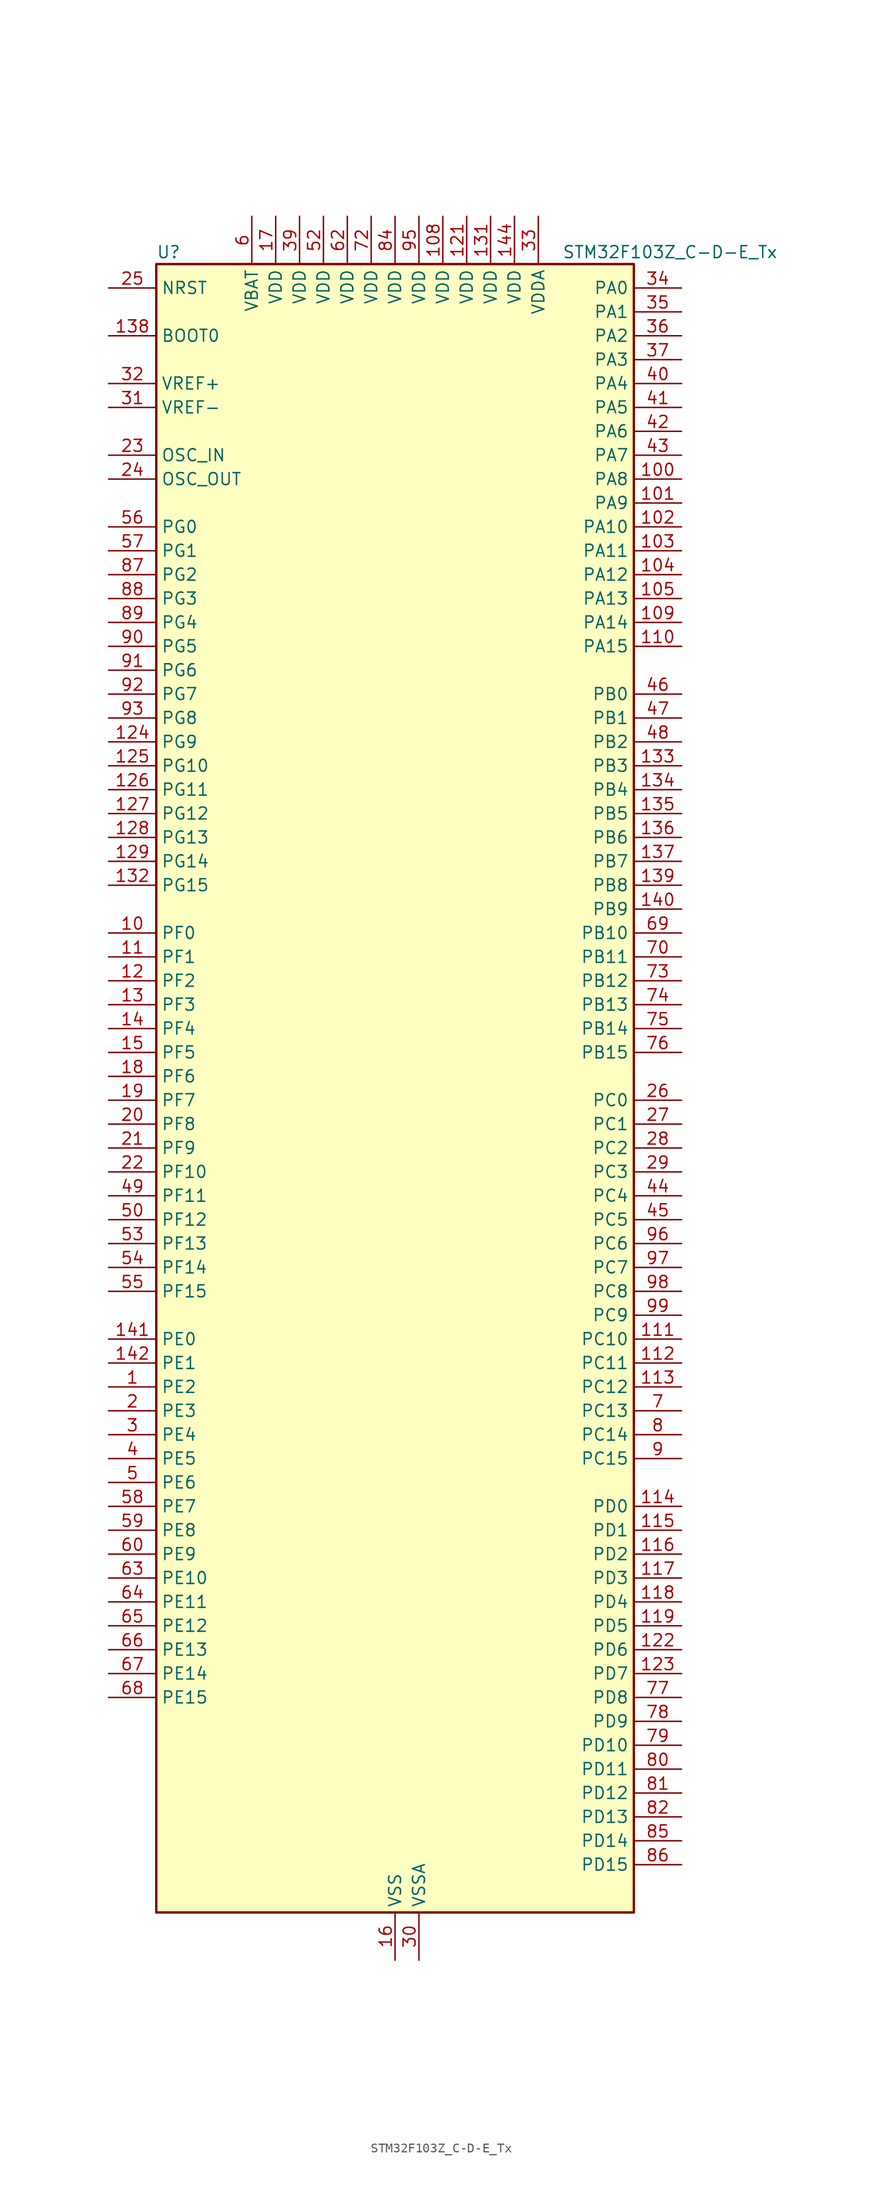
<source format=kicad_sym>
(kicad_symbol_lib
  (version 20231120)
  (generator "kicad_symbol_editor")
  (generator_version "8.0")
  (symbol "STM32F103Z_C-D-E_Tx"
    (property "Reference" "U"
      (at -25.4 90.17 0)
      (effects (font (size 1.27 1.27)) (justify left)))
    (property "Value" "STM32F103Z_C-D-E_Tx"
      (at 17.78 90.17 0)
      (effects (font (size 1.27 1.27)) (justify left)))
    (property "ki_locked" ""
      (at 0 0 0)
      (effects (font (size 1.27 1.27))))
    (symbol "STM32F103Z_C-D-E_Tx_0_1"
      (rectangle (start -25.4 -86.36) (end 25.4 88.9) (stroke (width 0.254) (type default)) (fill (type background))))
    (symbol "STM32F103Z_C-D-E_Tx_1_1"
      (pin bidirectional line (at -30.48 -30.48 0) (length 5.08) (name "PE2" (effects (font (size 1.27 1.27)))) (number "1" (effects (font (size 1.27 1.27)))) (alternate "FSMC_A23" bidirectional line) (alternate "SYS_TRACECLK" bidirectional line))
      (pin bidirectional line (at -30.48 17.78 0) (length 5.08) (name "PF0" (effects (font (size 1.27 1.27)))) (number "10" (effects (font (size 1.27 1.27)))) (alternate "FSMC_A0" bidirectional line))
      (pin bidirectional line (at 30.48 66.04 180) (length 5.08) (name "PA8" (effects (font (size 1.27 1.27)))) (number "100" (effects (font (size 1.27 1.27)))) (alternate "RCC_MCO" bidirectional line) (alternate "TIM1_CH1" bidirectional line) (alternate "USART1_CK" bidirectional line))
      (pin bidirectional line (at 30.48 63.5 180) (length 5.08) (name "PA9" (effects (font (size 1.27 1.27)))) (number "101" (effects (font (size 1.27 1.27)))) (alternate "DAC_EXTI9" bidirectional line) (alternate "TIM1_CH2" bidirectional line) (alternate "USART1_TX" bidirectional line))
      (pin bidirectional line (at 30.48 60.96 180) (length 5.08) (name "PA10" (effects (font (size 1.27 1.27)))) (number "102" (effects (font (size 1.27 1.27)))) (alternate "TIM1_CH3" bidirectional line) (alternate "USART1_RX" bidirectional line))
      (pin bidirectional line (at 30.48 58.42 180) (length 5.08) (name "PA11" (effects (font (size 1.27 1.27)))) (number "103" (effects (font (size 1.27 1.27)))) (alternate "ADC1_EXTI11" bidirectional line) (alternate "ADC2_EXTI11" bidirectional line) (alternate "CAN_RX" bidirectional line) (alternate "TIM1_CH4" bidirectional line) (alternate "USART1_CTS" bidirectional line) (alternate "USB_DM" bidirectional line))
      (pin bidirectional line (at 30.48 55.88 180) (length 5.08) (name "PA12" (effects (font (size 1.27 1.27)))) (number "104" (effects (font (size 1.27 1.27)))) (alternate "CAN_TX" bidirectional line) (alternate "TIM1_ETR" bidirectional line) (alternate "USART1_RTS" bidirectional line) (alternate "USB_DP" bidirectional line))
      (pin bidirectional line (at 30.48 53.34 180) (length 5.08) (name "PA13" (effects (font (size 1.27 1.27)))) (number "105" (effects (font (size 1.27 1.27)))) (alternate "SYS_JTMS-SWDIO" bidirectional line))
      (pin no_connect line (at -25.4 -86.36 0) (length 5.08) hide (name "NC" (effects (font (size 1.27 1.27)))) (number "106" (effects (font (size 1.27 1.27)))))
      (pin passive line (at 0 -91.44 90) (length 5.08) hide (name "VSS" (effects (font (size 1.27 1.27)))) (number "107" (effects (font (size 1.27 1.27)))))
      (pin power_in line (at 5.08 93.98 270) (length 5.08) (name "VDD" (effects (font (size 1.27 1.27)))) (number "108" (effects (font (size 1.27 1.27)))))
      (pin bidirectional line (at 30.48 50.8 180) (length 5.08) (name "PA14" (effects (font (size 1.27 1.27)))) (number "109" (effects (font (size 1.27 1.27)))) (alternate "SYS_JTCK-SWCLK" bidirectional line))
      (pin bidirectional line (at -30.48 15.24 0) (length 5.08) (name "PF1" (effects (font (size 1.27 1.27)))) (number "11" (effects (font (size 1.27 1.27)))) (alternate "FSMC_A1" bidirectional line))
      (pin bidirectional line (at 30.48 48.26 180) (length 5.08) (name "PA15" (effects (font (size 1.27 1.27)))) (number "110" (effects (font (size 1.27 1.27)))) (alternate "ADC1_EXTI15" bidirectional line) (alternate "ADC2_EXTI15" bidirectional line) (alternate "I2S3_WS" bidirectional line) (alternate "SPI1_NSS" bidirectional line) (alternate "SPI3_NSS" bidirectional line) (alternate "SYS_JTDI" bidirectional line) (alternate "TIM2_CH1" bidirectional line) (alternate "TIM2_ETR" bidirectional line))
      (pin bidirectional line (at 30.48 -25.4 180) (length 5.08) (name "PC10" (effects (font (size 1.27 1.27)))) (number "111" (effects (font (size 1.27 1.27)))) (alternate "SDIO_D2" bidirectional line) (alternate "UART4_TX" bidirectional line) (alternate "USART3_TX" bidirectional line))
      (pin bidirectional line (at 30.48 -27.94 180) (length 5.08) (name "PC11" (effects (font (size 1.27 1.27)))) (number "112" (effects (font (size 1.27 1.27)))) (alternate "ADC1_EXTI11" bidirectional line) (alternate "ADC2_EXTI11" bidirectional line) (alternate "SDIO_D3" bidirectional line) (alternate "UART4_RX" bidirectional line) (alternate "USART3_RX" bidirectional line))
      (pin bidirectional line (at 30.48 -30.48 180) (length 5.08) (name "PC12" (effects (font (size 1.27 1.27)))) (number "113" (effects (font (size 1.27 1.27)))) (alternate "SDIO_CK" bidirectional line) (alternate "UART5_TX" bidirectional line) (alternate "USART3_CK" bidirectional line))
      (pin bidirectional line (at 30.48 -43.18 180) (length 5.08) (name "PD0" (effects (font (size 1.27 1.27)))) (number "114" (effects (font (size 1.27 1.27)))) (alternate "CAN_RX" bidirectional line) (alternate "FSMC_D2" bidirectional line) (alternate "FSMC_DA2" bidirectional line))
      (pin bidirectional line (at 30.48 -45.72 180) (length 5.08) (name "PD1" (effects (font (size 1.27 1.27)))) (number "115" (effects (font (size 1.27 1.27)))) (alternate "CAN_TX" bidirectional line) (alternate "FSMC_D3" bidirectional line) (alternate "FSMC_DA3" bidirectional line))
      (pin bidirectional line (at 30.48 -48.26 180) (length 5.08) (name "PD2" (effects (font (size 1.27 1.27)))) (number "116" (effects (font (size 1.27 1.27)))) (alternate "SDIO_CMD" bidirectional line) (alternate "TIM3_ETR" bidirectional line) (alternate "UART5_RX" bidirectional line))
      (pin bidirectional line (at 30.48 -50.8 180) (length 5.08) (name "PD3" (effects (font (size 1.27 1.27)))) (number "117" (effects (font (size 1.27 1.27)))) (alternate "FSMC_CLK" bidirectional line) (alternate "USART2_CTS" bidirectional line))
      (pin bidirectional line (at 30.48 -53.34 180) (length 5.08) (name "PD4" (effects (font (size 1.27 1.27)))) (number "118" (effects (font (size 1.27 1.27)))) (alternate "FSMC_NOE" bidirectional line) (alternate "USART2_RTS" bidirectional line))
      (pin bidirectional line (at 30.48 -55.88 180) (length 5.08) (name "PD5" (effects (font (size 1.27 1.27)))) (number "119" (effects (font (size 1.27 1.27)))) (alternate "FSMC_NWE" bidirectional line) (alternate "USART2_TX" bidirectional line))
      (pin bidirectional line (at -30.48 12.7 0) (length 5.08) (name "PF2" (effects (font (size 1.27 1.27)))) (number "12" (effects (font (size 1.27 1.27)))) (alternate "FSMC_A2" bidirectional line))
      (pin passive line (at 0 -91.44 90) (length 5.08) hide (name "VSS" (effects (font (size 1.27 1.27)))) (number "120" (effects (font (size 1.27 1.27)))))
      (pin power_in line (at 7.62 93.98 270) (length 5.08) (name "VDD" (effects (font (size 1.27 1.27)))) (number "121" (effects (font (size 1.27 1.27)))))
      (pin bidirectional line (at 30.48 -58.42 180) (length 5.08) (name "PD6" (effects (font (size 1.27 1.27)))) (number "122" (effects (font (size 1.27 1.27)))) (alternate "FSMC_NWAIT" bidirectional line) (alternate "USART2_RX" bidirectional line))
      (pin bidirectional line (at 30.48 -60.96 180) (length 5.08) (name "PD7" (effects (font (size 1.27 1.27)))) (number "123" (effects (font (size 1.27 1.27)))) (alternate "FSMC_NCE2" bidirectional line) (alternate "FSMC_NE1" bidirectional line) (alternate "USART2_CK" bidirectional line))
      (pin bidirectional line (at -30.48 38.1 0) (length 5.08) (name "PG9" (effects (font (size 1.27 1.27)))) (number "124" (effects (font (size 1.27 1.27)))) (alternate "DAC_EXTI9" bidirectional line) (alternate "FSMC_NCE3" bidirectional line) (alternate "FSMC_NE2" bidirectional line))
      (pin bidirectional line (at -30.48 35.56 0) (length 5.08) (name "PG10" (effects (font (size 1.27 1.27)))) (number "125" (effects (font (size 1.27 1.27)))) (alternate "FSMC_NCE4_1" bidirectional line) (alternate "FSMC_NE3" bidirectional line))
      (pin bidirectional line (at -30.48 33.02 0) (length 5.08) (name "PG11" (effects (font (size 1.27 1.27)))) (number "126" (effects (font (size 1.27 1.27)))) (alternate "ADC1_EXTI11" bidirectional line) (alternate "ADC2_EXTI11" bidirectional line) (alternate "FSMC_NCE4_2" bidirectional line))
      (pin bidirectional line (at -30.48 30.48 0) (length 5.08) (name "PG12" (effects (font (size 1.27 1.27)))) (number "127" (effects (font (size 1.27 1.27)))) (alternate "FSMC_NE4" bidirectional line))
      (pin bidirectional line (at -30.48 27.94 0) (length 5.08) (name "PG13" (effects (font (size 1.27 1.27)))) (number "128" (effects (font (size 1.27 1.27)))) (alternate "FSMC_A24" bidirectional line))
      (pin bidirectional line (at -30.48 25.4 0) (length 5.08) (name "PG14" (effects (font (size 1.27 1.27)))) (number "129" (effects (font (size 1.27 1.27)))) (alternate "FSMC_A25" bidirectional line))
      (pin bidirectional line (at -30.48 10.16 0) (length 5.08) (name "PF3" (effects (font (size 1.27 1.27)))) (number "13" (effects (font (size 1.27 1.27)))) (alternate "FSMC_A3" bidirectional line))
      (pin passive line (at 0 -91.44 90) (length 5.08) hide (name "VSS" (effects (font (size 1.27 1.27)))) (number "130" (effects (font (size 1.27 1.27)))))
      (pin power_in line (at 10.16 93.98 270) (length 5.08) (name "VDD" (effects (font (size 1.27 1.27)))) (number "131" (effects (font (size 1.27 1.27)))))
      (pin bidirectional line (at -30.48 22.86 0) (length 5.08) (name "PG15" (effects (font (size 1.27 1.27)))) (number "132" (effects (font (size 1.27 1.27)))) (alternate "ADC1_EXTI15" bidirectional line) (alternate "ADC2_EXTI15" bidirectional line))
      (pin bidirectional line (at 30.48 35.56 180) (length 5.08) (name "PB3" (effects (font (size 1.27 1.27)))) (number "133" (effects (font (size 1.27 1.27)))) (alternate "I2S3_CK" bidirectional line) (alternate "SPI1_SCK" bidirectional line) (alternate "SPI3_SCK" bidirectional line) (alternate "SYS_JTDO-TRACESWO" bidirectional line) (alternate "TIM2_CH2" bidirectional line))
      (pin bidirectional line (at 30.48 33.02 180) (length 5.08) (name "PB4" (effects (font (size 1.27 1.27)))) (number "134" (effects (font (size 1.27 1.27)))) (alternate "SPI1_MISO" bidirectional line) (alternate "SPI3_MISO" bidirectional line) (alternate "SYS_NJTRST" bidirectional line) (alternate "TIM3_CH1" bidirectional line))
      (pin bidirectional line (at 30.48 30.48 180) (length 5.08) (name "PB5" (effects (font (size 1.27 1.27)))) (number "135" (effects (font (size 1.27 1.27)))) (alternate "I2C1_SMBA" bidirectional line) (alternate "I2S3_SD" bidirectional line) (alternate "SPI1_MOSI" bidirectional line) (alternate "SPI3_MOSI" bidirectional line) (alternate "TIM3_CH2" bidirectional line))
      (pin bidirectional line (at 30.48 27.94 180) (length 5.08) (name "PB6" (effects (font (size 1.27 1.27)))) (number "136" (effects (font (size 1.27 1.27)))) (alternate "I2C1_SCL" bidirectional line) (alternate "TIM4_CH1" bidirectional line) (alternate "USART1_TX" bidirectional line))
      (pin bidirectional line (at 30.48 25.4 180) (length 5.08) (name "PB7" (effects (font (size 1.27 1.27)))) (number "137" (effects (font (size 1.27 1.27)))) (alternate "FSMC_NL" bidirectional line) (alternate "I2C1_SDA" bidirectional line) (alternate "TIM4_CH2" bidirectional line) (alternate "USART1_RX" bidirectional line))
      (pin input line (at -30.48 81.28 0) (length 5.08) (name "BOOT0" (effects (font (size 1.27 1.27)))) (number "138" (effects (font (size 1.27 1.27)))))
      (pin bidirectional line (at 30.48 22.86 180) (length 5.08) (name "PB8" (effects (font (size 1.27 1.27)))) (number "139" (effects (font (size 1.27 1.27)))) (alternate "CAN_RX" bidirectional line) (alternate "I2C1_SCL" bidirectional line) (alternate "SDIO_D4" bidirectional line) (alternate "TIM4_CH3" bidirectional line))
      (pin bidirectional line (at -30.48 7.62 0) (length 5.08) (name "PF4" (effects (font (size 1.27 1.27)))) (number "14" (effects (font (size 1.27 1.27)))) (alternate "FSMC_A4" bidirectional line))
      (pin bidirectional line (at 30.48 20.32 180) (length 5.08) (name "PB9" (effects (font (size 1.27 1.27)))) (number "140" (effects (font (size 1.27 1.27)))) (alternate "CAN_TX" bidirectional line) (alternate "DAC_EXTI9" bidirectional line) (alternate "I2C1_SDA" bidirectional line) (alternate "SDIO_D5" bidirectional line) (alternate "TIM4_CH4" bidirectional line))
      (pin bidirectional line (at -30.48 -25.4 0) (length 5.08) (name "PE0" (effects (font (size 1.27 1.27)))) (number "141" (effects (font (size 1.27 1.27)))) (alternate "FSMC_NBL0" bidirectional line) (alternate "TIM4_ETR" bidirectional line))
      (pin bidirectional line (at -30.48 -27.94 0) (length 5.08) (name "PE1" (effects (font (size 1.27 1.27)))) (number "142" (effects (font (size 1.27 1.27)))) (alternate "FSMC_NBL1" bidirectional line))
      (pin passive line (at 0 -91.44 90) (length 5.08) hide (name "VSS" (effects (font (size 1.27 1.27)))) (number "143" (effects (font (size 1.27 1.27)))))
      (pin power_in line (at 12.7 93.98 270) (length 5.08) (name "VDD" (effects (font (size 1.27 1.27)))) (number "144" (effects (font (size 1.27 1.27)))))
      (pin bidirectional line (at -30.48 5.08 0) (length 5.08) (name "PF5" (effects (font (size 1.27 1.27)))) (number "15" (effects (font (size 1.27 1.27)))) (alternate "FSMC_A5" bidirectional line))
      (pin power_in line (at 0 -91.44 90) (length 5.08) (name "VSS" (effects (font (size 1.27 1.27)))) (number "16" (effects (font (size 1.27 1.27)))))
      (pin power_in line (at -12.7 93.98 270) (length 5.08) (name "VDD" (effects (font (size 1.27 1.27)))) (number "17" (effects (font (size 1.27 1.27)))))
      (pin bidirectional line (at -30.48 2.54 0) (length 5.08) (name "PF6" (effects (font (size 1.27 1.27)))) (number "18" (effects (font (size 1.27 1.27)))) (alternate "ADC3_IN4" bidirectional line) (alternate "FSMC_NIORD" bidirectional line))
      (pin bidirectional line (at -30.48 0 0) (length 5.08) (name "PF7" (effects (font (size 1.27 1.27)))) (number "19" (effects (font (size 1.27 1.27)))) (alternate "ADC3_IN5" bidirectional line) (alternate "FSMC_NREG" bidirectional line))
      (pin bidirectional line (at -30.48 -33.02 0) (length 5.08) (name "PE3" (effects (font (size 1.27 1.27)))) (number "2" (effects (font (size 1.27 1.27)))) (alternate "FSMC_A19" bidirectional line) (alternate "SYS_TRACED0" bidirectional line))
      (pin bidirectional line (at -30.48 -2.54 0) (length 5.08) (name "PF8" (effects (font (size 1.27 1.27)))) (number "20" (effects (font (size 1.27 1.27)))) (alternate "ADC3_IN6" bidirectional line) (alternate "FSMC_NIOWR" bidirectional line))
      (pin bidirectional line (at -30.48 -5.08 0) (length 5.08) (name "PF9" (effects (font (size 1.27 1.27)))) (number "21" (effects (font (size 1.27 1.27)))) (alternate "ADC3_IN7" bidirectional line) (alternate "DAC_EXTI9" bidirectional line) (alternate "FSMC_CD" bidirectional line))
      (pin bidirectional line (at -30.48 -7.62 0) (length 5.08) (name "PF10" (effects (font (size 1.27 1.27)))) (number "22" (effects (font (size 1.27 1.27)))) (alternate "ADC3_IN8" bidirectional line) (alternate "FSMC_INTR" bidirectional line))
      (pin input line (at -30.48 68.58 0) (length 5.08) (name "OSC_IN" (effects (font (size 1.27 1.27)))) (number "23" (effects (font (size 1.27 1.27)))) (alternate "RCC_OSC_IN" bidirectional line))
      (pin input line (at -30.48 66.04 0) (length 5.08) (name "OSC_OUT" (effects (font (size 1.27 1.27)))) (number "24" (effects (font (size 1.27 1.27)))) (alternate "RCC_OSC_OUT" bidirectional line))
      (pin input line (at -30.48 86.36 0) (length 5.08) (name "NRST" (effects (font (size 1.27 1.27)))) (number "25" (effects (font (size 1.27 1.27)))))
      (pin bidirectional line (at 30.48 0 180) (length 5.08) (name "PC0" (effects (font (size 1.27 1.27)))) (number "26" (effects (font (size 1.27 1.27)))) (alternate "ADC1_IN10" bidirectional line) (alternate "ADC2_IN10" bidirectional line) (alternate "ADC3_IN10" bidirectional line))
      (pin bidirectional line (at 30.48 -2.54 180) (length 5.08) (name "PC1" (effects (font (size 1.27 1.27)))) (number "27" (effects (font (size 1.27 1.27)))) (alternate "ADC1_IN11" bidirectional line) (alternate "ADC2_IN11" bidirectional line) (alternate "ADC3_IN11" bidirectional line))
      (pin bidirectional line (at 30.48 -5.08 180) (length 5.08) (name "PC2" (effects (font (size 1.27 1.27)))) (number "28" (effects (font (size 1.27 1.27)))) (alternate "ADC1_IN12" bidirectional line) (alternate "ADC2_IN12" bidirectional line) (alternate "ADC3_IN12" bidirectional line))
      (pin bidirectional line (at 30.48 -7.62 180) (length 5.08) (name "PC3" (effects (font (size 1.27 1.27)))) (number "29" (effects (font (size 1.27 1.27)))) (alternate "ADC1_IN13" bidirectional line) (alternate "ADC2_IN13" bidirectional line) (alternate "ADC3_IN13" bidirectional line))
      (pin bidirectional line (at -30.48 -35.56 0) (length 5.08) (name "PE4" (effects (font (size 1.27 1.27)))) (number "3" (effects (font (size 1.27 1.27)))) (alternate "FSMC_A20" bidirectional line) (alternate "SYS_TRACED1" bidirectional line))
      (pin power_in line (at 2.54 -91.44 90) (length 5.08) (name "VSSA" (effects (font (size 1.27 1.27)))) (number "30" (effects (font (size 1.27 1.27)))))
      (pin input line (at -30.48 73.66 0) (length 5.08) (name "VREF-" (effects (font (size 1.27 1.27)))) (number "31" (effects (font (size 1.27 1.27)))))
      (pin input line (at -30.48 76.2 0) (length 5.08) (name "VREF+" (effects (font (size 1.27 1.27)))) (number "32" (effects (font (size 1.27 1.27)))))
      (pin power_in line (at 15.24 93.98 270) (length 5.08) (name "VDDA" (effects (font (size 1.27 1.27)))) (number "33" (effects (font (size 1.27 1.27)))))
      (pin bidirectional line (at 30.48 86.36 180) (length 5.08) (name "PA0" (effects (font (size 1.27 1.27)))) (number "34" (effects (font (size 1.27 1.27)))) (alternate "ADC1_IN0" bidirectional line) (alternate "ADC2_IN0" bidirectional line) (alternate "ADC3_IN0" bidirectional line) (alternate "SYS_WKUP" bidirectional line) (alternate "TIM2_CH1" bidirectional line) (alternate "TIM2_ETR" bidirectional line) (alternate "TIM5_CH1" bidirectional line) (alternate "TIM8_ETR" bidirectional line) (alternate "USART2_CTS" bidirectional line))
      (pin bidirectional line (at 30.48 83.82 180) (length 5.08) (name "PA1" (effects (font (size 1.27 1.27)))) (number "35" (effects (font (size 1.27 1.27)))) (alternate "ADC1_IN1" bidirectional line) (alternate "ADC2_IN1" bidirectional line) (alternate "ADC3_IN1" bidirectional line) (alternate "TIM2_CH2" bidirectional line) (alternate "TIM5_CH2" bidirectional line) (alternate "USART2_RTS" bidirectional line))
      (pin bidirectional line (at 30.48 81.28 180) (length 5.08) (name "PA2" (effects (font (size 1.27 1.27)))) (number "36" (effects (font (size 1.27 1.27)))) (alternate "ADC1_IN2" bidirectional line) (alternate "ADC2_IN2" bidirectional line) (alternate "ADC3_IN2" bidirectional line) (alternate "TIM2_CH3" bidirectional line) (alternate "TIM5_CH3" bidirectional line) (alternate "USART2_TX" bidirectional line))
      (pin bidirectional line (at 30.48 78.74 180) (length 5.08) (name "PA3" (effects (font (size 1.27 1.27)))) (number "37" (effects (font (size 1.27 1.27)))) (alternate "ADC1_IN3" bidirectional line) (alternate "ADC2_IN3" bidirectional line) (alternate "ADC3_IN3" bidirectional line) (alternate "TIM2_CH4" bidirectional line) (alternate "TIM5_CH4" bidirectional line) (alternate "USART2_RX" bidirectional line))
      (pin passive line (at 0 -91.44 90) (length 5.08) hide (name "VSS" (effects (font (size 1.27 1.27)))) (number "38" (effects (font (size 1.27 1.27)))))
      (pin power_in line (at -10.16 93.98 270) (length 5.08) (name "VDD" (effects (font (size 1.27 1.27)))) (number "39" (effects (font (size 1.27 1.27)))))
      (pin bidirectional line (at -30.48 -38.1 0) (length 5.08) (name "PE5" (effects (font (size 1.27 1.27)))) (number "4" (effects (font (size 1.27 1.27)))) (alternate "FSMC_A21" bidirectional line) (alternate "SYS_TRACED2" bidirectional line))
      (pin bidirectional line (at 30.48 76.2 180) (length 5.08) (name "PA4" (effects (font (size 1.27 1.27)))) (number "40" (effects (font (size 1.27 1.27)))) (alternate "ADC1_IN4" bidirectional line) (alternate "ADC2_IN4" bidirectional line) (alternate "DAC_OUT1" bidirectional line) (alternate "SPI1_NSS" bidirectional line) (alternate "USART2_CK" bidirectional line))
      (pin bidirectional line (at 30.48 73.66 180) (length 5.08) (name "PA5" (effects (font (size 1.27 1.27)))) (number "41" (effects (font (size 1.27 1.27)))) (alternate "ADC1_IN5" bidirectional line) (alternate "ADC2_IN5" bidirectional line) (alternate "DAC_OUT2" bidirectional line) (alternate "SPI1_SCK" bidirectional line))
      (pin bidirectional line (at 30.48 71.12 180) (length 5.08) (name "PA6" (effects (font (size 1.27 1.27)))) (number "42" (effects (font (size 1.27 1.27)))) (alternate "ADC1_IN6" bidirectional line) (alternate "ADC2_IN6" bidirectional line) (alternate "SPI1_MISO" bidirectional line) (alternate "TIM1_BKIN" bidirectional line) (alternate "TIM3_CH1" bidirectional line) (alternate "TIM8_BKIN" bidirectional line))
      (pin bidirectional line (at 30.48 68.58 180) (length 5.08) (name "PA7" (effects (font (size 1.27 1.27)))) (number "43" (effects (font (size 1.27 1.27)))) (alternate "ADC1_IN7" bidirectional line) (alternate "ADC2_IN7" bidirectional line) (alternate "SPI1_MOSI" bidirectional line) (alternate "TIM1_CH1N" bidirectional line) (alternate "TIM3_CH2" bidirectional line) (alternate "TIM8_CH1N" bidirectional line))
      (pin bidirectional line (at 30.48 -10.16 180) (length 5.08) (name "PC4" (effects (font (size 1.27 1.27)))) (number "44" (effects (font (size 1.27 1.27)))) (alternate "ADC1_IN14" bidirectional line) (alternate "ADC2_IN14" bidirectional line))
      (pin bidirectional line (at 30.48 -12.7 180) (length 5.08) (name "PC5" (effects (font (size 1.27 1.27)))) (number "45" (effects (font (size 1.27 1.27)))) (alternate "ADC1_IN15" bidirectional line) (alternate "ADC2_IN15" bidirectional line))
      (pin bidirectional line (at 30.48 43.18 180) (length 5.08) (name "PB0" (effects (font (size 1.27 1.27)))) (number "46" (effects (font (size 1.27 1.27)))) (alternate "ADC1_IN8" bidirectional line) (alternate "ADC2_IN8" bidirectional line) (alternate "TIM1_CH2N" bidirectional line) (alternate "TIM3_CH3" bidirectional line) (alternate "TIM8_CH2N" bidirectional line))
      (pin bidirectional line (at 30.48 40.64 180) (length 5.08) (name "PB1" (effects (font (size 1.27 1.27)))) (number "47" (effects (font (size 1.27 1.27)))) (alternate "ADC1_IN9" bidirectional line) (alternate "ADC2_IN9" bidirectional line) (alternate "TIM1_CH3N" bidirectional line) (alternate "TIM3_CH4" bidirectional line) (alternate "TIM8_CH3N" bidirectional line))
      (pin bidirectional line (at 30.48 38.1 180) (length 5.08) (name "PB2" (effects (font (size 1.27 1.27)))) (number "48" (effects (font (size 1.27 1.27)))))
      (pin bidirectional line (at -30.48 -10.16 0) (length 5.08) (name "PF11" (effects (font (size 1.27 1.27)))) (number "49" (effects (font (size 1.27 1.27)))) (alternate "ADC1_EXTI11" bidirectional line) (alternate "ADC2_EXTI11" bidirectional line) (alternate "FSMC_NIOS16" bidirectional line))
      (pin bidirectional line (at -30.48 -40.64 0) (length 5.08) (name "PE6" (effects (font (size 1.27 1.27)))) (number "5" (effects (font (size 1.27 1.27)))) (alternate "FSMC_A22" bidirectional line) (alternate "SYS_TRACED3" bidirectional line))
      (pin bidirectional line (at -30.48 -12.7 0) (length 5.08) (name "PF12" (effects (font (size 1.27 1.27)))) (number "50" (effects (font (size 1.27 1.27)))) (alternate "FSMC_A6" bidirectional line))
      (pin passive line (at 0 -91.44 90) (length 5.08) hide (name "VSS" (effects (font (size 1.27 1.27)))) (number "51" (effects (font (size 1.27 1.27)))))
      (pin power_in line (at -7.62 93.98 270) (length 5.08) (name "VDD" (effects (font (size 1.27 1.27)))) (number "52" (effects (font (size 1.27 1.27)))))
      (pin bidirectional line (at -30.48 -15.24 0) (length 5.08) (name "PF13" (effects (font (size 1.27 1.27)))) (number "53" (effects (font (size 1.27 1.27)))) (alternate "FSMC_A7" bidirectional line))
      (pin bidirectional line (at -30.48 -17.78 0) (length 5.08) (name "PF14" (effects (font (size 1.27 1.27)))) (number "54" (effects (font (size 1.27 1.27)))) (alternate "FSMC_A8" bidirectional line))
      (pin bidirectional line (at -30.48 -20.32 0) (length 5.08) (name "PF15" (effects (font (size 1.27 1.27)))) (number "55" (effects (font (size 1.27 1.27)))) (alternate "ADC1_EXTI15" bidirectional line) (alternate "ADC2_EXTI15" bidirectional line) (alternate "FSMC_A9" bidirectional line))
      (pin bidirectional line (at -30.48 60.96 0) (length 5.08) (name "PG0" (effects (font (size 1.27 1.27)))) (number "56" (effects (font (size 1.27 1.27)))) (alternate "FSMC_A10" bidirectional line))
      (pin bidirectional line (at -30.48 58.42 0) (length 5.08) (name "PG1" (effects (font (size 1.27 1.27)))) (number "57" (effects (font (size 1.27 1.27)))) (alternate "FSMC_A11" bidirectional line))
      (pin bidirectional line (at -30.48 -43.18 0) (length 5.08) (name "PE7" (effects (font (size 1.27 1.27)))) (number "58" (effects (font (size 1.27 1.27)))) (alternate "FSMC_D4" bidirectional line) (alternate "FSMC_DA4" bidirectional line) (alternate "TIM1_ETR" bidirectional line))
      (pin bidirectional line (at -30.48 -45.72 0) (length 5.08) (name "PE8" (effects (font (size 1.27 1.27)))) (number "59" (effects (font (size 1.27 1.27)))) (alternate "FSMC_D5" bidirectional line) (alternate "FSMC_DA5" bidirectional line) (alternate "TIM1_CH1N" bidirectional line))
      (pin power_in line (at -15.24 93.98 270) (length 5.08) (name "VBAT" (effects (font (size 1.27 1.27)))) (number "6" (effects (font (size 1.27 1.27)))))
      (pin bidirectional line (at -30.48 -48.26 0) (length 5.08) (name "PE9" (effects (font (size 1.27 1.27)))) (number "60" (effects (font (size 1.27 1.27)))) (alternate "DAC_EXTI9" bidirectional line) (alternate "FSMC_D6" bidirectional line) (alternate "FSMC_DA6" bidirectional line) (alternate "TIM1_CH1" bidirectional line))
      (pin passive line (at 0 -91.44 90) (length 5.08) hide (name "VSS" (effects (font (size 1.27 1.27)))) (number "61" (effects (font (size 1.27 1.27)))))
      (pin power_in line (at -5.08 93.98 270) (length 5.08) (name "VDD" (effects (font (size 1.27 1.27)))) (number "62" (effects (font (size 1.27 1.27)))))
      (pin bidirectional line (at -30.48 -50.8 0) (length 5.08) (name "PE10" (effects (font (size 1.27 1.27)))) (number "63" (effects (font (size 1.27 1.27)))) (alternate "FSMC_D7" bidirectional line) (alternate "FSMC_DA7" bidirectional line) (alternate "TIM1_CH2N" bidirectional line))
      (pin bidirectional line (at -30.48 -53.34 0) (length 5.08) (name "PE11" (effects (font (size 1.27 1.27)))) (number "64" (effects (font (size 1.27 1.27)))) (alternate "ADC1_EXTI11" bidirectional line) (alternate "ADC2_EXTI11" bidirectional line) (alternate "FSMC_D8" bidirectional line) (alternate "FSMC_DA8" bidirectional line) (alternate "TIM1_CH2" bidirectional line))
      (pin bidirectional line (at -30.48 -55.88 0) (length 5.08) (name "PE12" (effects (font (size 1.27 1.27)))) (number "65" (effects (font (size 1.27 1.27)))) (alternate "FSMC_D9" bidirectional line) (alternate "FSMC_DA9" bidirectional line) (alternate "TIM1_CH3N" bidirectional line))
      (pin bidirectional line (at -30.48 -58.42 0) (length 5.08) (name "PE13" (effects (font (size 1.27 1.27)))) (number "66" (effects (font (size 1.27 1.27)))) (alternate "FSMC_D10" bidirectional line) (alternate "FSMC_DA10" bidirectional line) (alternate "TIM1_CH3" bidirectional line))
      (pin bidirectional line (at -30.48 -60.96 0) (length 5.08) (name "PE14" (effects (font (size 1.27 1.27)))) (number "67" (effects (font (size 1.27 1.27)))) (alternate "FSMC_D11" bidirectional line) (alternate "FSMC_DA11" bidirectional line) (alternate "TIM1_CH4" bidirectional line))
      (pin bidirectional line (at -30.48 -63.5 0) (length 5.08) (name "PE15" (effects (font (size 1.27 1.27)))) (number "68" (effects (font (size 1.27 1.27)))) (alternate "ADC1_EXTI15" bidirectional line) (alternate "ADC2_EXTI15" bidirectional line) (alternate "FSMC_D12" bidirectional line) (alternate "FSMC_DA12" bidirectional line) (alternate "TIM1_BKIN" bidirectional line))
      (pin bidirectional line (at 30.48 17.78 180) (length 5.08) (name "PB10" (effects (font (size 1.27 1.27)))) (number "69" (effects (font (size 1.27 1.27)))) (alternate "I2C2_SCL" bidirectional line) (alternate "TIM2_CH3" bidirectional line) (alternate "USART3_TX" bidirectional line))
      (pin bidirectional line (at 30.48 -33.02 180) (length 5.08) (name "PC13" (effects (font (size 1.27 1.27)))) (number "7" (effects (font (size 1.27 1.27)))) (alternate "RTC_OUT" bidirectional line) (alternate "RTC_TAMPER" bidirectional line))
      (pin bidirectional line (at 30.48 15.24 180) (length 5.08) (name "PB11" (effects (font (size 1.27 1.27)))) (number "70" (effects (font (size 1.27 1.27)))) (alternate "ADC1_EXTI11" bidirectional line) (alternate "ADC2_EXTI11" bidirectional line) (alternate "I2C2_SDA" bidirectional line) (alternate "TIM2_CH4" bidirectional line) (alternate "USART3_RX" bidirectional line))
      (pin passive line (at 0 -91.44 90) (length 5.08) hide (name "VSS" (effects (font (size 1.27 1.27)))) (number "71" (effects (font (size 1.27 1.27)))))
      (pin power_in line (at -2.54 93.98 270) (length 5.08) (name "VDD" (effects (font (size 1.27 1.27)))) (number "72" (effects (font (size 1.27 1.27)))))
      (pin bidirectional line (at 30.48 12.7 180) (length 5.08) (name "PB12" (effects (font (size 1.27 1.27)))) (number "73" (effects (font (size 1.27 1.27)))) (alternate "I2C2_SMBA" bidirectional line) (alternate "I2S2_WS" bidirectional line) (alternate "SPI2_NSS" bidirectional line) (alternate "TIM1_BKIN" bidirectional line) (alternate "USART3_CK" bidirectional line))
      (pin bidirectional line (at 30.48 10.16 180) (length 5.08) (name "PB13" (effects (font (size 1.27 1.27)))) (number "74" (effects (font (size 1.27 1.27)))) (alternate "I2S2_CK" bidirectional line) (alternate "SPI2_SCK" bidirectional line) (alternate "TIM1_CH1N" bidirectional line) (alternate "USART3_CTS" bidirectional line))
      (pin bidirectional line (at 30.48 7.62 180) (length 5.08) (name "PB14" (effects (font (size 1.27 1.27)))) (number "75" (effects (font (size 1.27 1.27)))) (alternate "SPI2_MISO" bidirectional line) (alternate "TIM1_CH2N" bidirectional line) (alternate "USART3_RTS" bidirectional line))
      (pin bidirectional line (at 30.48 5.08 180) (length 5.08) (name "PB15" (effects (font (size 1.27 1.27)))) (number "76" (effects (font (size 1.27 1.27)))) (alternate "ADC1_EXTI15" bidirectional line) (alternate "ADC2_EXTI15" bidirectional line) (alternate "I2S2_SD" bidirectional line) (alternate "SPI2_MOSI" bidirectional line) (alternate "TIM1_CH3N" bidirectional line))
      (pin bidirectional line (at 30.48 -63.5 180) (length 5.08) (name "PD8" (effects (font (size 1.27 1.27)))) (number "77" (effects (font (size 1.27 1.27)))) (alternate "FSMC_D13" bidirectional line) (alternate "FSMC_DA13" bidirectional line) (alternate "USART3_TX" bidirectional line))
      (pin bidirectional line (at 30.48 -66.04 180) (length 5.08) (name "PD9" (effects (font (size 1.27 1.27)))) (number "78" (effects (font (size 1.27 1.27)))) (alternate "DAC_EXTI9" bidirectional line) (alternate "FSMC_D14" bidirectional line) (alternate "FSMC_DA14" bidirectional line) (alternate "USART3_RX" bidirectional line))
      (pin bidirectional line (at 30.48 -68.58 180) (length 5.08) (name "PD10" (effects (font (size 1.27 1.27)))) (number "79" (effects (font (size 1.27 1.27)))) (alternate "FSMC_D15" bidirectional line) (alternate "FSMC_DA15" bidirectional line) (alternate "USART3_CK" bidirectional line))
      (pin bidirectional line (at 30.48 -35.56 180) (length 5.08) (name "PC14" (effects (font (size 1.27 1.27)))) (number "8" (effects (font (size 1.27 1.27)))) (alternate "RCC_OSC32_IN" bidirectional line))
      (pin bidirectional line (at 30.48 -71.12 180) (length 5.08) (name "PD11" (effects (font (size 1.27 1.27)))) (number "80" (effects (font (size 1.27 1.27)))) (alternate "ADC1_EXTI11" bidirectional line) (alternate "ADC2_EXTI11" bidirectional line) (alternate "FSMC_A16" bidirectional line) (alternate "FSMC_CLE" bidirectional line) (alternate "USART3_CTS" bidirectional line))
      (pin bidirectional line (at 30.48 -73.66 180) (length 5.08) (name "PD12" (effects (font (size 1.27 1.27)))) (number "81" (effects (font (size 1.27 1.27)))) (alternate "FSMC_A17" bidirectional line) (alternate "FSMC_ALE" bidirectional line) (alternate "TIM4_CH1" bidirectional line) (alternate "USART3_RTS" bidirectional line))
      (pin bidirectional line (at 30.48 -76.2 180) (length 5.08) (name "PD13" (effects (font (size 1.27 1.27)))) (number "82" (effects (font (size 1.27 1.27)))) (alternate "FSMC_A18" bidirectional line) (alternate "TIM4_CH2" bidirectional line))
      (pin passive line (at 0 -91.44 90) (length 5.08) hide (name "VSS" (effects (font (size 1.27 1.27)))) (number "83" (effects (font (size 1.27 1.27)))))
      (pin power_in line (at 0 93.98 270) (length 5.08) (name "VDD" (effects (font (size 1.27 1.27)))) (number "84" (effects (font (size 1.27 1.27)))))
      (pin bidirectional line (at 30.48 -78.74 180) (length 5.08) (name "PD14" (effects (font (size 1.27 1.27)))) (number "85" (effects (font (size 1.27 1.27)))) (alternate "FSMC_D0" bidirectional line) (alternate "FSMC_DA0" bidirectional line) (alternate "TIM4_CH3" bidirectional line))
      (pin bidirectional line (at 30.48 -81.28 180) (length 5.08) (name "PD15" (effects (font (size 1.27 1.27)))) (number "86" (effects (font (size 1.27 1.27)))) (alternate "ADC1_EXTI15" bidirectional line) (alternate "ADC2_EXTI15" bidirectional line) (alternate "FSMC_D1" bidirectional line) (alternate "FSMC_DA1" bidirectional line) (alternate "TIM4_CH4" bidirectional line))
      (pin bidirectional line (at -30.48 55.88 0) (length 5.08) (name "PG2" (effects (font (size 1.27 1.27)))) (number "87" (effects (font (size 1.27 1.27)))) (alternate "FSMC_A12" bidirectional line))
      (pin bidirectional line (at -30.48 53.34 0) (length 5.08) (name "PG3" (effects (font (size 1.27 1.27)))) (number "88" (effects (font (size 1.27 1.27)))) (alternate "FSMC_A13" bidirectional line))
      (pin bidirectional line (at -30.48 50.8 0) (length 5.08) (name "PG4" (effects (font (size 1.27 1.27)))) (number "89" (effects (font (size 1.27 1.27)))) (alternate "FSMC_A14" bidirectional line))
      (pin bidirectional line (at 30.48 -38.1 180) (length 5.08) (name "PC15" (effects (font (size 1.27 1.27)))) (number "9" (effects (font (size 1.27 1.27)))) (alternate "ADC1_EXTI15" bidirectional line) (alternate "ADC2_EXTI15" bidirectional line) (alternate "RCC_OSC32_OUT" bidirectional line))
      (pin bidirectional line (at -30.48 48.26 0) (length 5.08) (name "PG5" (effects (font (size 1.27 1.27)))) (number "90" (effects (font (size 1.27 1.27)))) (alternate "FSMC_A15" bidirectional line))
      (pin bidirectional line (at -30.48 45.72 0) (length 5.08) (name "PG6" (effects (font (size 1.27 1.27)))) (number "91" (effects (font (size 1.27 1.27)))) (alternate "FSMC_INT2" bidirectional line))
      (pin bidirectional line (at -30.48 43.18 0) (length 5.08) (name "PG7" (effects (font (size 1.27 1.27)))) (number "92" (effects (font (size 1.27 1.27)))) (alternate "FSMC_INT3" bidirectional line))
      (pin bidirectional line (at -30.48 40.64 0) (length 5.08) (name "PG8" (effects (font (size 1.27 1.27)))) (number "93" (effects (font (size 1.27 1.27)))))
      (pin passive line (at 0 -91.44 90) (length 5.08) hide (name "VSS" (effects (font (size 1.27 1.27)))) (number "94" (effects (font (size 1.27 1.27)))))
      (pin power_in line (at 2.54 93.98 270) (length 5.08) (name "VDD" (effects (font (size 1.27 1.27)))) (number "95" (effects (font (size 1.27 1.27)))))
      (pin bidirectional line (at 30.48 -15.24 180) (length 5.08) (name "PC6" (effects (font (size 1.27 1.27)))) (number "96" (effects (font (size 1.27 1.27)))) (alternate "I2S2_MCK" bidirectional line) (alternate "SDIO_D6" bidirectional line) (alternate "TIM3_CH1" bidirectional line) (alternate "TIM8_CH1" bidirectional line))
      (pin bidirectional line (at 30.48 -17.78 180) (length 5.08) (name "PC7" (effects (font (size 1.27 1.27)))) (number "97" (effects (font (size 1.27 1.27)))) (alternate "I2S3_MCK" bidirectional line) (alternate "SDIO_D7" bidirectional line) (alternate "TIM3_CH2" bidirectional line) (alternate "TIM8_CH2" bidirectional line))
      (pin bidirectional line (at 30.48 -20.32 180) (length 5.08) (name "PC8" (effects (font (size 1.27 1.27)))) (number "98" (effects (font (size 1.27 1.27)))) (alternate "SDIO_D0" bidirectional line) (alternate "TIM3_CH3" bidirectional line) (alternate "TIM8_CH3" bidirectional line))
      (pin bidirectional line (at 30.48 -22.86 180) (length 5.08) (name "PC9" (effects (font (size 1.27 1.27)))) (number "99" (effects (font (size 1.27 1.27)))) (alternate "DAC_EXTI9" bidirectional line) (alternate "SDIO_D1" bidirectional line) (alternate "TIM3_CH4" bidirectional line) (alternate "TIM8_CH4" bidirectional line)))))
</source>
